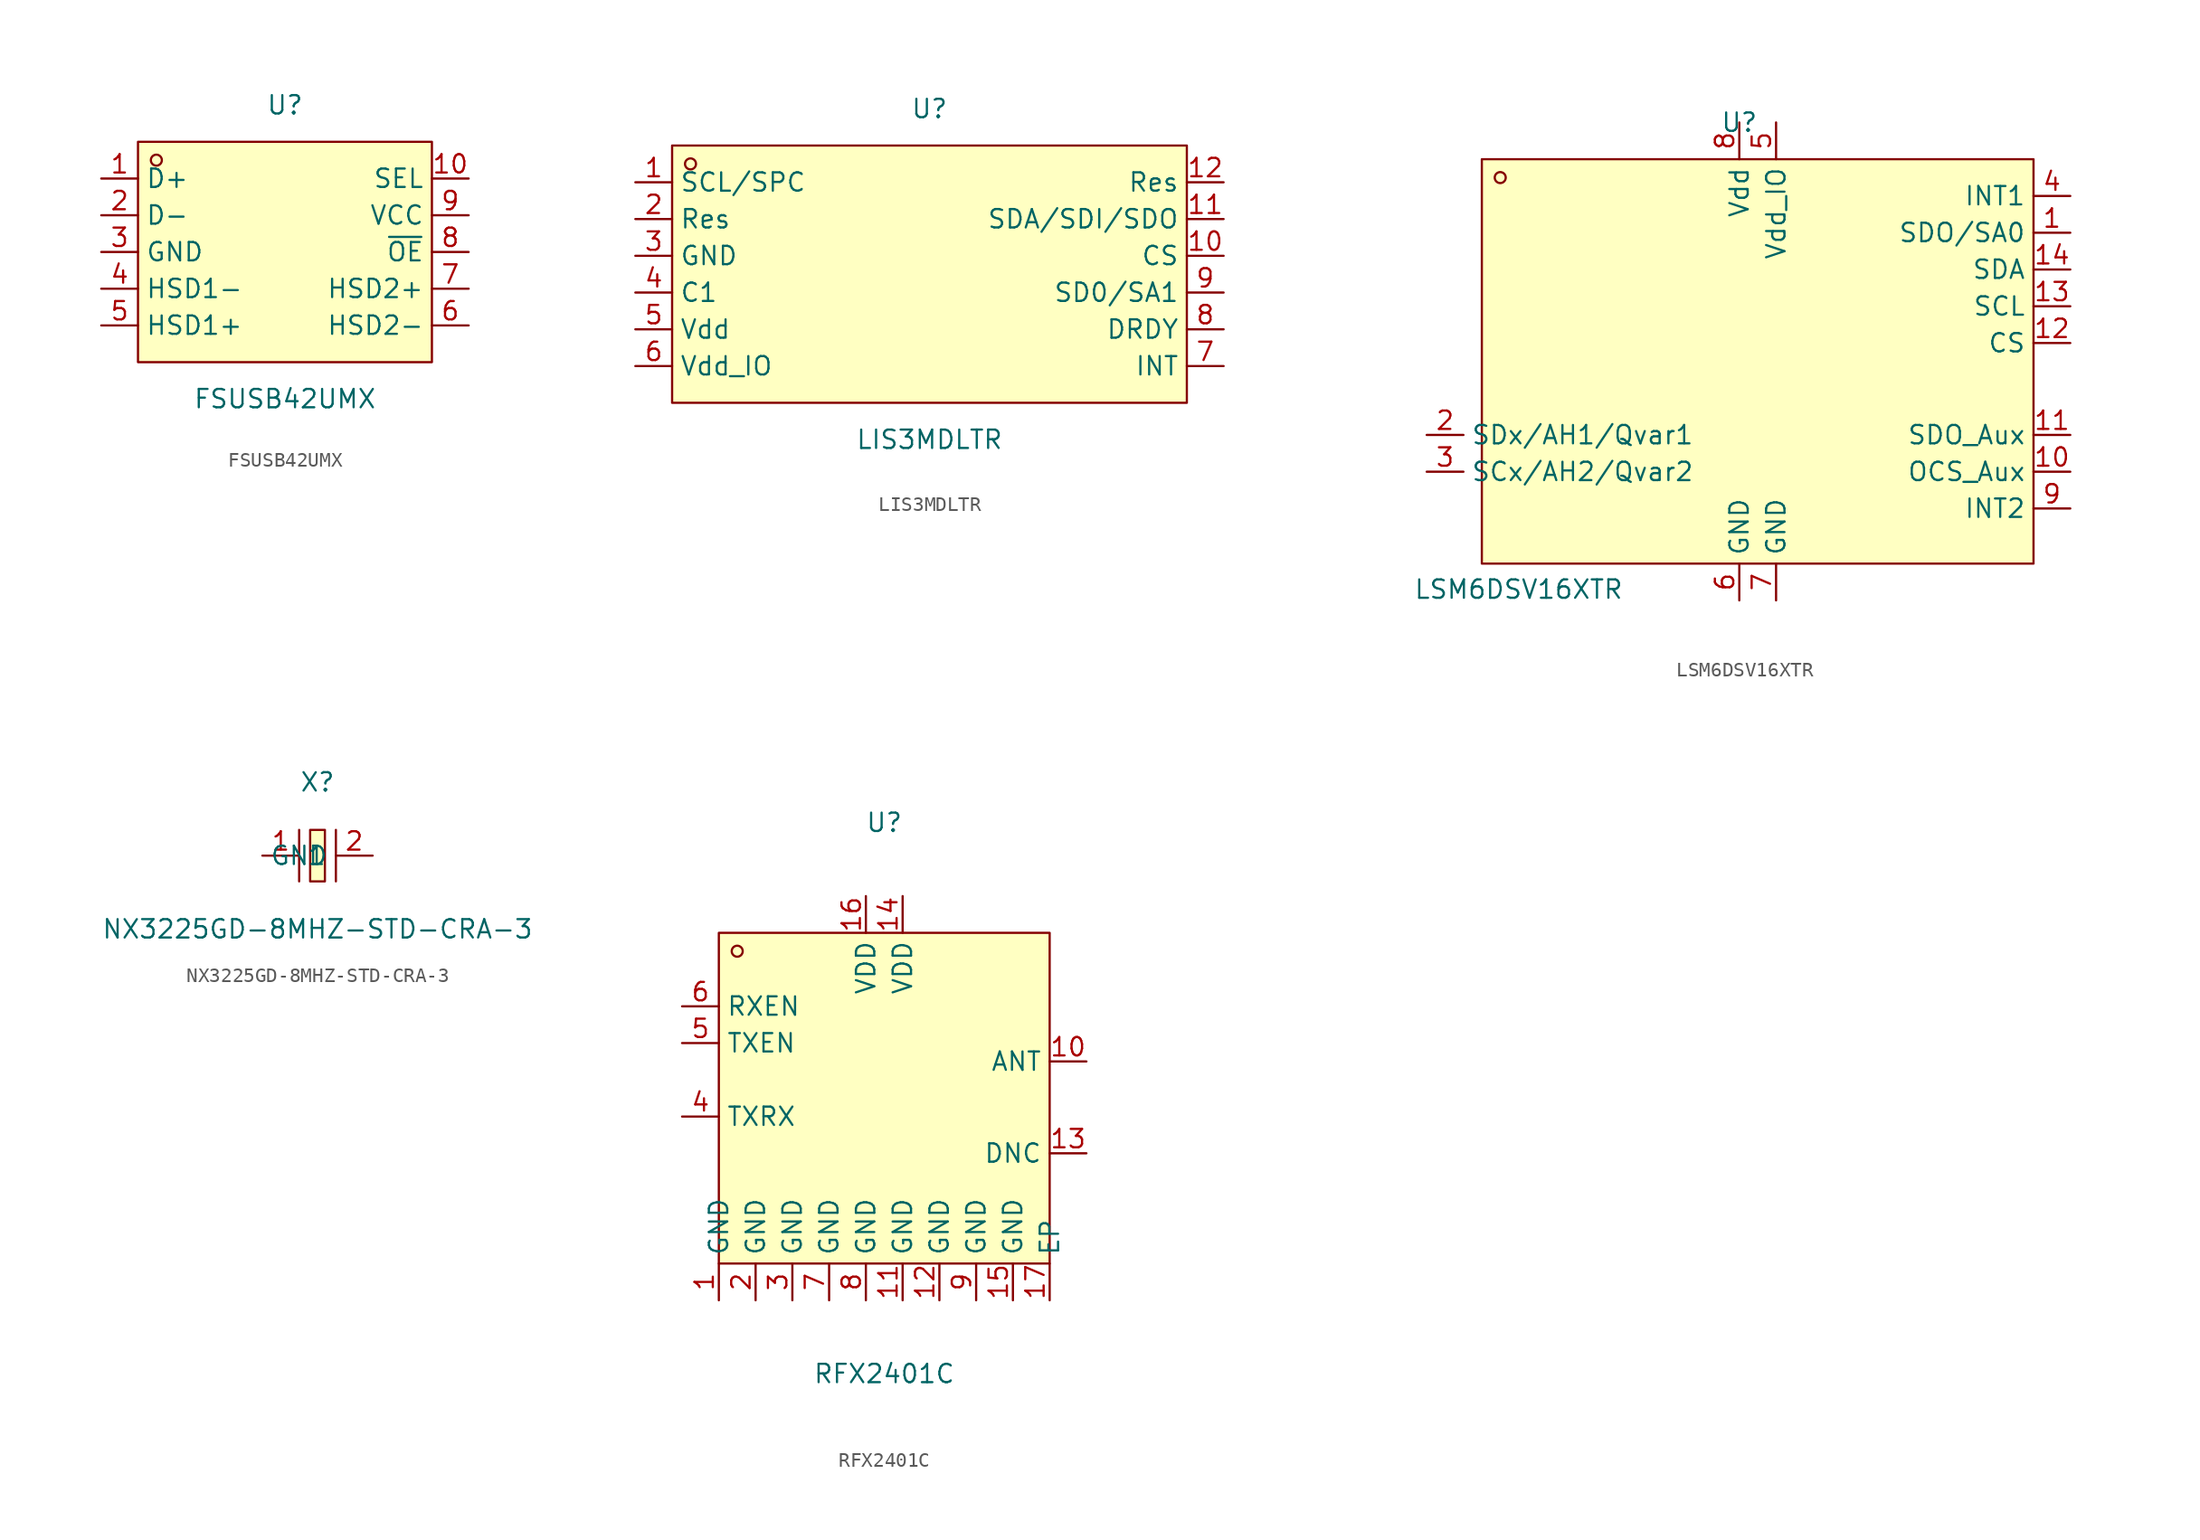
<source format=kicad_sym>
(kicad_symbol_lib
  (version 20241209)
  (generator "kicad_symbol_editor")
  (generator_version "9.0")
  (symbol "FSUSB42UMX"
    (property "Reference" "U"
      (at 0 10.16 0)
      (effects (font (size 1.27 1.27))))
    (property "Value" "FSUSB42UMX"
      (at 0 -10.16 0)
      (effects (font (size 1.27 1.27))))
    (symbol "FSUSB42UMX_0_1"
      (rectangle (start -10.16 7.62) (end 10.16 -7.62) (stroke (width 0) (type default)) (fill (type background)))
      (circle (center -8.89 6.35) (radius 0.38) (stroke (width 0) (type default)) (fill (type none)))
      (pin unspecified line (at -12.7 5.08 0) (length 2.54) (name "D+" (effects (font (size 1.27 1.27)))) (number "1" (effects (font (size 1.27 1.27)))))
      (pin unspecified line (at -12.7 2.54 0) (length 2.54) (name "D-" (effects (font (size 1.27 1.27)))) (number "2" (effects (font (size 1.27 1.27)))))
      (pin unspecified line (at -12.7 0 0) (length 2.54) (name "GND" (effects (font (size 1.27 1.27)))) (number "3" (effects (font (size 1.27 1.27)))))
      (pin unspecified line (at -12.7 -2.54 0) (length 2.54) (name "HSD1-" (effects (font (size 1.27 1.27)))) (number "4" (effects (font (size 1.27 1.27)))))
      (pin unspecified line (at -12.7 -5.08 0) (length 2.54) (name "HSD1+" (effects (font (size 1.27 1.27)))) (number "5" (effects (font (size 1.27 1.27)))))
      (pin unspecified line (at 12.7 5.08 180) (length 2.54) (name "SEL" (effects (font (size 1.27 1.27)))) (number "10" (effects (font (size 1.27 1.27)))))
      (pin unspecified line (at 12.7 2.54 180) (length 2.54) (name "VCC" (effects (font (size 1.27 1.27)))) (number "9" (effects (font (size 1.27 1.27)))))
      (pin unspecified line (at 12.7 0 180) (length 2.54) (name "~{OE}" (effects (font (size 1.27 1.27)))) (number "8" (effects (font (size 1.27 1.27)))))
      (pin unspecified line (at 12.7 -2.54 180) (length 2.54) (name "HSD2+" (effects (font (size 1.27 1.27)))) (number "7" (effects (font (size 1.27 1.27)))))
      (pin unspecified line (at 12.7 -5.08 180) (length 2.54) (name "HSD2-" (effects (font (size 1.27 1.27)))) (number "6" (effects (font (size 1.27 1.27)))))))
  (symbol "LIS3MDLTR"
    (property "Reference" "U"
      (at 0 11.43 0)
      (effects (font (size 1.27 1.27))))
    (property "Value" "LIS3MDLTR"
      (at 0 -11.43 0)
      (effects (font (size 1.27 1.27))))
    (symbol "LIS3MDLTR_0_1"
      (rectangle (start -17.78 8.89) (end 17.78 -8.89) (stroke (width 0) (type default)) (fill (type background)))
      (circle (center -16.51 7.62) (radius 0.38) (stroke (width 0) (type default)) (fill (type none)))
      (pin unspecified line (at -20.32 6.35 0) (length 2.54) (name "SCL/SPC" (effects (font (size 1.27 1.27)))) (number "1" (effects (font (size 1.27 1.27)))))
      (pin unspecified line (at -20.32 3.81 0) (length 2.54) (name "Res" (effects (font (size 1.27 1.27)))) (number "2" (effects (font (size 1.27 1.27)))))
      (pin unspecified line (at -20.32 1.27 0) (length 2.54) (name "GND" (effects (font (size 1.27 1.27)))) (number "3" (effects (font (size 1.27 1.27)))))
      (pin unspecified line (at -20.32 -1.27 0) (length 2.54) (name "C1" (effects (font (size 1.27 1.27)))) (number "4" (effects (font (size 1.27 1.27)))))
      (pin unspecified line (at -20.32 -3.81 0) (length 2.54) (name "Vdd" (effects (font (size 1.27 1.27)))) (number "5" (effects (font (size 1.27 1.27)))))
      (pin unspecified line (at -20.32 -6.35 0) (length 2.54) (name "Vdd_IO" (effects (font (size 1.27 1.27)))) (number "6" (effects (font (size 1.27 1.27)))))
      (pin unspecified line (at 20.32 6.35 180) (length 2.54) (name "Res" (effects (font (size 1.27 1.27)))) (number "12" (effects (font (size 1.27 1.27)))))
      (pin unspecified line (at 20.32 3.81 180) (length 2.54) (name "SDA/SDI/SDO" (effects (font (size 1.27 1.27)))) (number "11" (effects (font (size 1.27 1.27)))))
      (pin unspecified line (at 20.32 1.27 180) (length 2.54) (name "CS" (effects (font (size 1.27 1.27)))) (number "10" (effects (font (size 1.27 1.27)))))
      (pin unspecified line (at 20.32 -1.27 180) (length 2.54) (name "SD0/SA1" (effects (font (size 1.27 1.27)))) (number "9" (effects (font (size 1.27 1.27)))))
      (pin unspecified line (at 20.32 -3.81 180) (length 2.54) (name "DRDY" (effects (font (size 1.27 1.27)))) (number "8" (effects (font (size 1.27 1.27)))))
      (pin unspecified line (at 20.32 -6.35 180) (length 2.54) (name "INT" (effects (font (size 1.27 1.27)))) (number "7" (effects (font (size 1.27 1.27)))))))
  (symbol "LSM6DSV16XTR"
    (property "Reference" "U"
      (at -1.27 12.7 0)
      (effects (font (size 1.27 1.27))))
    (property "Value" "LSM6DSV16XTR"
      (at -16.51 -19.558 0)
      (effects (font (size 1.27 1.27))))
    (symbol "LSM6DSV16XTR_0_1"
      (rectangle (start -19.05 10.16) (end 19.05 -17.78) (stroke (width 0) (type default)) (fill (type background)))
      (circle (center -17.78 8.89) (radius 0.38) (stroke (width 0) (type default)) (fill (type none)))
      (pin unspecified line (at -22.86 -8.89 0) (length 2.54) (name "SDx/AH1/Qvar1" (effects (font (size 1.27 1.27)))) (number "2" (effects (font (size 1.27 1.27)))))
      (pin unspecified line (at -22.86 -11.43 0) (length 2.54) (name "SCx/AH2/Qvar2" (effects (font (size 1.27 1.27)))) (number "3" (effects (font (size 1.27 1.27)))))
      (pin unspecified line (at -1.27 12.7 270) (length 2.54) (name "Vdd" (effects (font (size 1.27 1.27)))) (number "8" (effects (font (size 1.27 1.27)))))
      (pin unspecified line (at -1.27 -20.32 90) (length 2.54) (name "GND" (effects (font (size 1.27 1.27)))) (number "6" (effects (font (size 1.27 1.27)))))
      (pin unspecified line (at 1.27 12.7 270) (length 2.54) (name "Vdd_IO" (effects (font (size 1.27 1.27)))) (number "5" (effects (font (size 1.27 1.27)))))
      (pin unspecified line (at 1.27 -20.32 90) (length 2.54) (name "GND" (effects (font (size 1.27 1.27)))) (number "7" (effects (font (size 1.27 1.27)))))
      (pin unspecified line (at 21.59 7.62 180) (length 2.54) (name "INT1" (effects (font (size 1.27 1.27)))) (number "4" (effects (font (size 1.27 1.27)))))
      (pin unspecified line (at 21.59 5.08 180) (length 2.54) (name "SDO/SA0" (effects (font (size 1.27 1.27)))) (number "1" (effects (font (size 1.27 1.27)))))
      (pin unspecified line (at 21.59 2.54 180) (length 2.54) (name "SDA" (effects (font (size 1.27 1.27)))) (number "14" (effects (font (size 1.27 1.27)))))
      (pin unspecified line (at 21.59 0 180) (length 2.54) (name "SCL" (effects (font (size 1.27 1.27)))) (number "13" (effects (font (size 1.27 1.27)))))
      (pin unspecified line (at 21.59 -2.54 180) (length 2.54) (name "CS" (effects (font (size 1.27 1.27)))) (number "12" (effects (font (size 1.27 1.27)))))
      (pin unspecified line (at 21.59 -8.89 180) (length 2.54) (name "SDO_Aux" (effects (font (size 1.27 1.27)))) (number "11" (effects (font (size 1.27 1.27)))))
      (pin unspecified line (at 21.59 -11.43 180) (length 2.54) (name "OCS_Aux" (effects (font (size 1.27 1.27)))) (number "10" (effects (font (size 1.27 1.27)))))
      (pin unspecified line (at 21.59 -13.97 180) (length 2.54) (name "INT2" (effects (font (size 1.27 1.27)))) (number "9" (effects (font (size 1.27 1.27)))))))
  (symbol "NX3225GD-8MHZ-STD-CRA-3"
    (property "Reference" "X"
      (at 0 5.08 0)
      (effects (font (size 1.27 1.27))))
    (property "Value" "NX3225GD-8MHZ-STD-CRA-3"
      (at 0 -5.08 0)
      (effects (font (size 1.27 1.27))))
    (symbol "NX3225GD-8MHZ-STD-CRA-3_0_1"
      (polyline (pts (xy -1.27 -1.78) (xy -1.27 1.78)) (stroke (width 0) (type default)) (fill (type none)))
      (rectangle (start -0.51 1.78) (end 0.51 -1.78) (stroke (width 0) (type default)) (fill (type background)))
      (polyline (pts (xy 1.27 -1.78) (xy 1.27 1.78)) (stroke (width 0) (type default)) (fill (type none)))
      (pin input line (at -3.81 0 0) (length 2.54) (name "1" (effects (font (size 1.27 1.27)))) (number "1" (effects (font (size 1.27 1.27)))))
      (pin input line (at 3.81 0 180) (length 2.54) (name "GND" (effects (font (size 1.27 1.27)))) (number "2" (effects (font (size 1.27 1.27)))))))
  (symbol "RFX2401C"
    (property "Reference" "U"
      (at 0 19.05 0)
      (effects (font (size 1.27 1.27))))
    (property "Value" "RFX2401C"
      (at 0 -19.05 0)
      (effects (font (size 1.27 1.27))))
    (symbol "RFX2401C_0_1"
      (rectangle (start -11.43 11.43) (end 11.43 -11.43) (stroke (width 0) (type default)) (fill (type background)))
      (circle (center -10.16 10.16) (radius 0.38) (stroke (width 0) (type default)) (fill (type none)))
      (pin unspecified line (at -13.97 6.35 0) (length 2.54) (name "RXEN" (effects (font (size 1.27 1.27)))) (number "6" (effects (font (size 1.27 1.27)))))
      (pin unspecified line (at -13.97 3.81 0) (length 2.54) (name "TXEN" (effects (font (size 1.27 1.27)))) (number "5" (effects (font (size 1.27 1.27)))))
      (pin unspecified line (at -13.97 -1.27 0) (length 2.54) (name "TXRX" (effects (font (size 1.27 1.27)))) (number "4" (effects (font (size 1.27 1.27)))))
      (pin unspecified line (at -11.43 -13.97 90) (length 2.54) (name "GND" (effects (font (size 1.27 1.27)))) (number "1" (effects (font (size 1.27 1.27)))))
      (pin unspecified line (at -8.89 -13.97 90) (length 2.54) (name "GND" (effects (font (size 1.27 1.27)))) (number "2" (effects (font (size 1.27 1.27)))))
      (pin unspecified line (at -6.35 -13.97 90) (length 2.54) (name "GND" (effects (font (size 1.27 1.27)))) (number "3" (effects (font (size 1.27 1.27)))))
      (pin unspecified line (at -3.81 -13.97 90) (length 2.54) (name "GND" (effects (font (size 1.27 1.27)))) (number "7" (effects (font (size 1.27 1.27)))))
      (pin unspecified line (at -1.27 13.97 270) (length 2.54) (name "VDD" (effects (font (size 1.27 1.27)))) (number "16" (effects (font (size 1.27 1.27)))))
      (pin unspecified line (at -1.27 -13.97 90) (length 2.54) (name "GND" (effects (font (size 1.27 1.27)))) (number "8" (effects (font (size 1.27 1.27)))))
      (pin unspecified line (at 1.27 13.97 270) (length 2.54) (name "VDD" (effects (font (size 1.27 1.27)))) (number "14" (effects (font (size 1.27 1.27)))))
      (pin unspecified line (at 1.27 -13.97 90) (length 2.54) (name "GND" (effects (font (size 1.27 1.27)))) (number "11" (effects (font (size 1.27 1.27)))))
      (pin unspecified line (at 3.81 -13.97 90) (length 2.54) (name "GND" (effects (font (size 1.27 1.27)))) (number "12" (effects (font (size 1.27 1.27)))))
      (pin unspecified line (at 6.35 -13.97 90) (length 2.54) (name "GND" (effects (font (size 1.27 1.27)))) (number "9" (effects (font (size 1.27 1.27)))))
      (pin unspecified line (at 8.89 -13.97 90) (length 2.54) (name "GND" (effects (font (size 1.27 1.27)))) (number "15" (effects (font (size 1.27 1.27)))))
      (pin unspecified line (at 11.43 -13.97 90) (length 2.54) (name "EP" (effects (font (size 1.27 1.27)))) (number "17" (effects (font (size 1.27 1.27)))))
      (pin unspecified line (at 13.97 2.54 180) (length 2.54) (name "ANT" (effects (font (size 1.27 1.27)))) (number "10" (effects (font (size 1.27 1.27)))))
      (pin unspecified line (at 13.97 -3.81 180) (length 2.54) (name "DNC" (effects (font (size 1.27 1.27)))) (number "13" (effects (font (size 1.27 1.27))))))))
</source>
